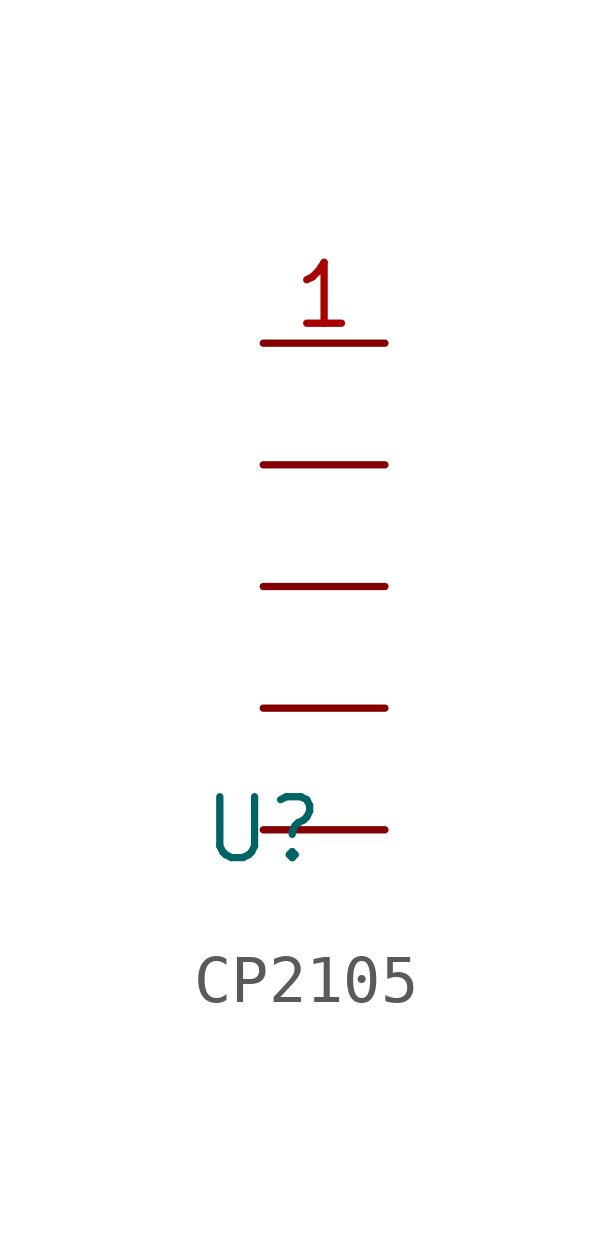
<source format=kicad_sym>
(kicad_symbol_lib
  (version 20241209)
  (generator "kicad_symbol_editor")
  (generator_version "9.0")
  (symbol "CP2105"
    (property "Reference" "U"
      (at 0 0 0)
      (effects (font (size 1.27 1.27))))
    (property "Value" ""
      (at 0 0 0)
      (effects (font (size 1.27 1.27))))
    (property "ki_locked" ""
      (at 0 0 0)
      (effects (font (size 1.27 1.27))))
    (symbol "CP2105_0_0"
      (pin unspecified line (at 0 7.62 0) (length 2.54) (name "" (effects (font (size 1.27 1.27)))) (number "" (effects (font (size 1.27 1.27)))))
      (pin unspecified line (at 0 5.08 0) (length 2.54) (name "" (effects (font (size 1.27 1.27)))) (number "" (effects (font (size 1.27 1.27)))))
      (pin unspecified line (at 0 2.54 0) (length 2.54) (name "" (effects (font (size 1.27 1.27)))) (number "" (effects (font (size 1.27 1.27)))))
      (pin unspecified line (at 0 0 0) (length 2.54) (name "" (effects (font (size 1.27 1.27)))) (number "" (effects (font (size 1.27 1.27))))))
    (symbol "CP2105_1_0"
      (pin unspecified line (at 0 10.16 0) (length 2.54) (name "" (effects (font (size 1.27 1.27)))) (number "1" (effects (font (size 1.27 1.27))))))))
</source>
